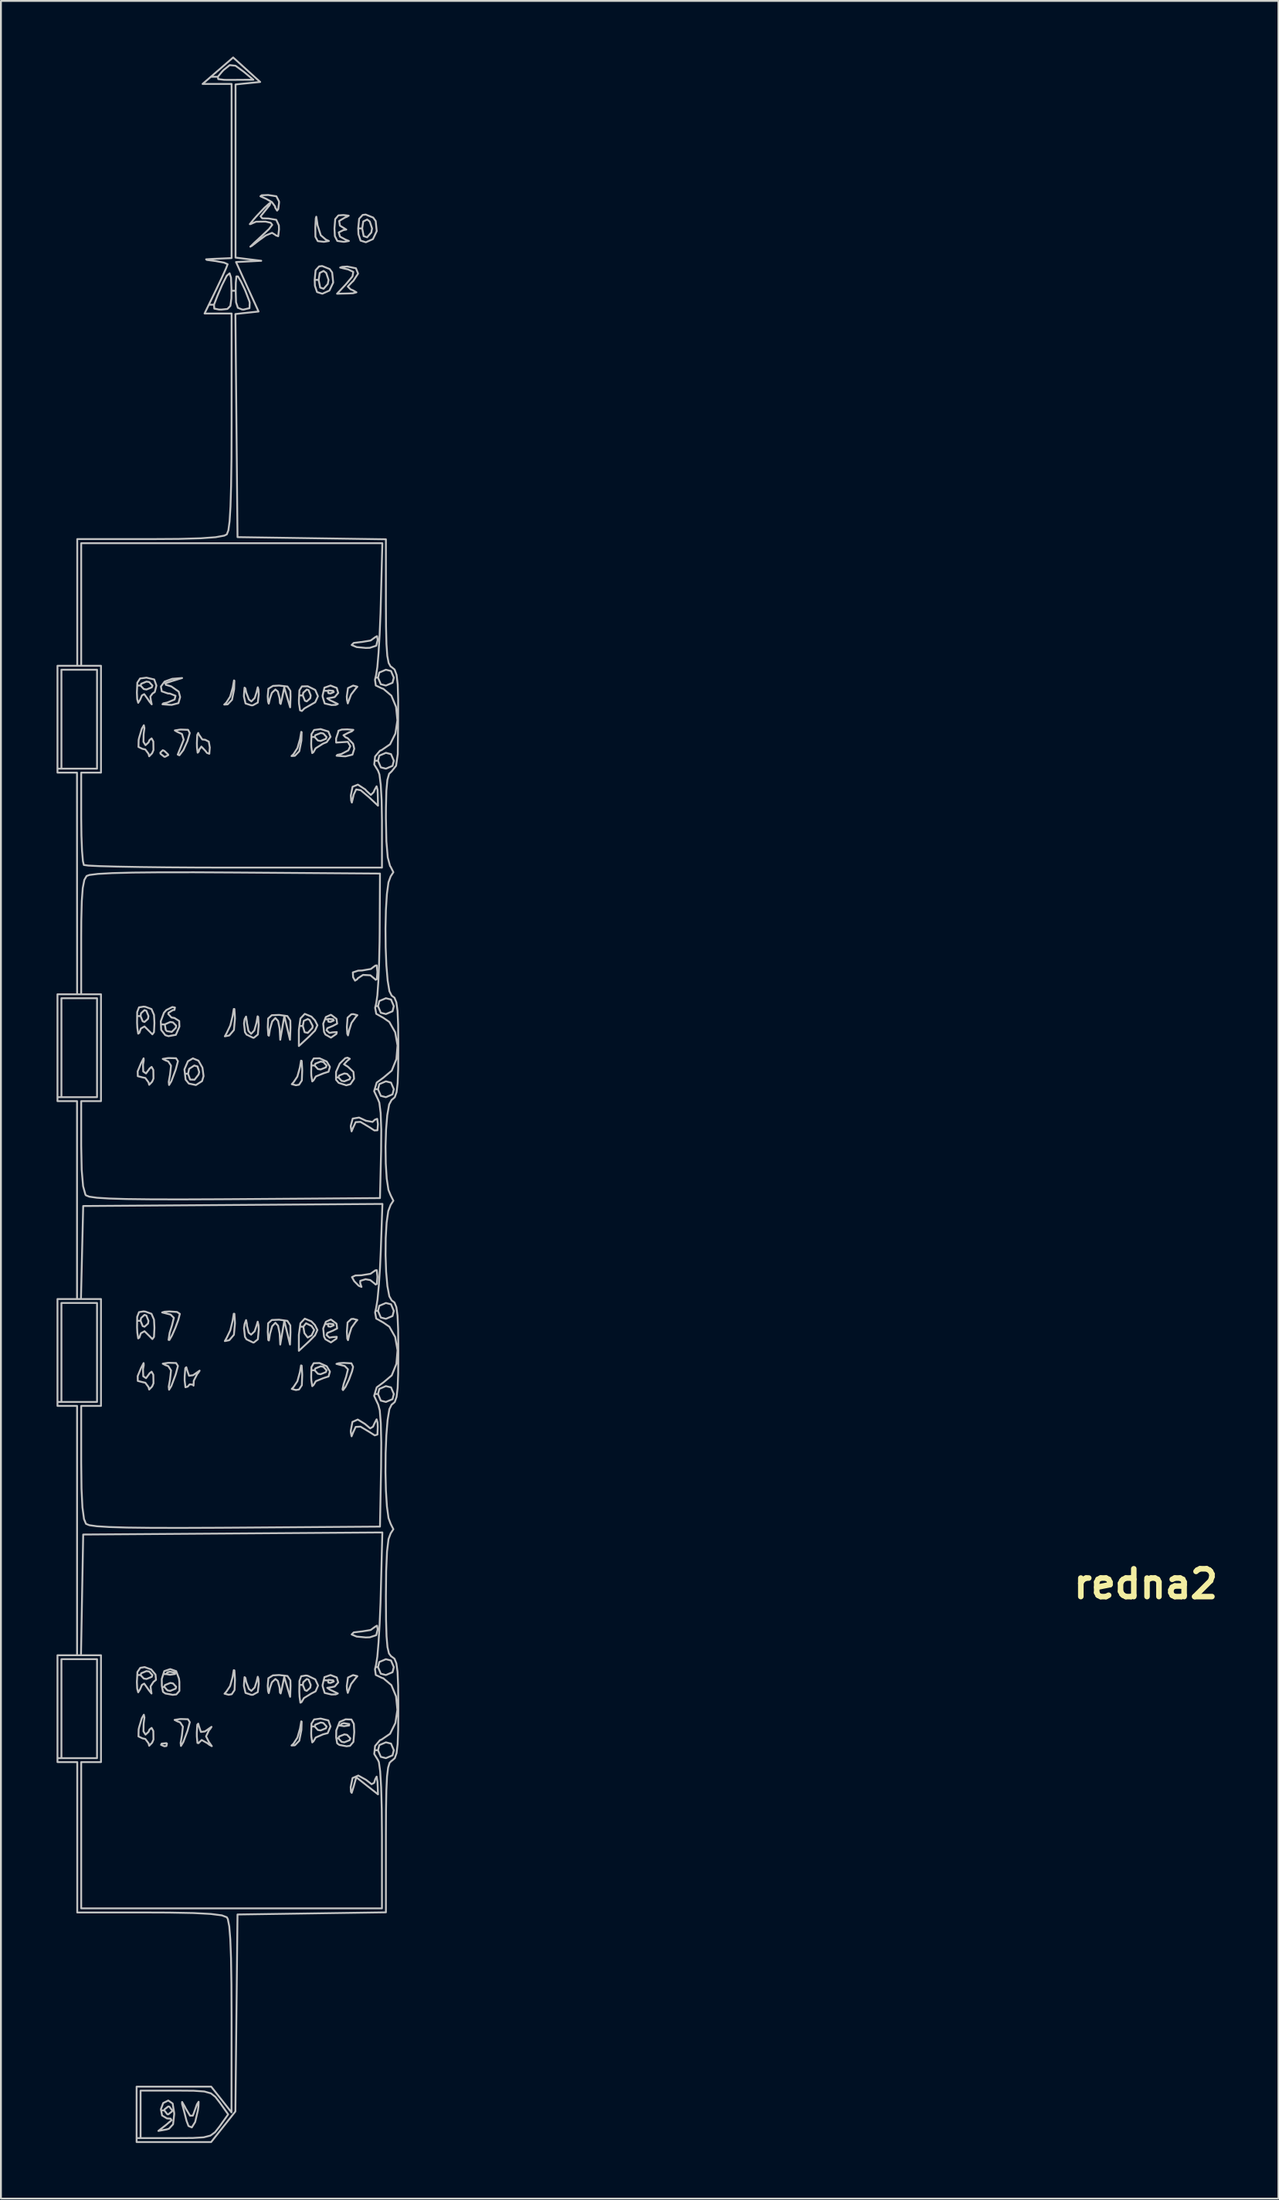
<source format=kicad_pcb>
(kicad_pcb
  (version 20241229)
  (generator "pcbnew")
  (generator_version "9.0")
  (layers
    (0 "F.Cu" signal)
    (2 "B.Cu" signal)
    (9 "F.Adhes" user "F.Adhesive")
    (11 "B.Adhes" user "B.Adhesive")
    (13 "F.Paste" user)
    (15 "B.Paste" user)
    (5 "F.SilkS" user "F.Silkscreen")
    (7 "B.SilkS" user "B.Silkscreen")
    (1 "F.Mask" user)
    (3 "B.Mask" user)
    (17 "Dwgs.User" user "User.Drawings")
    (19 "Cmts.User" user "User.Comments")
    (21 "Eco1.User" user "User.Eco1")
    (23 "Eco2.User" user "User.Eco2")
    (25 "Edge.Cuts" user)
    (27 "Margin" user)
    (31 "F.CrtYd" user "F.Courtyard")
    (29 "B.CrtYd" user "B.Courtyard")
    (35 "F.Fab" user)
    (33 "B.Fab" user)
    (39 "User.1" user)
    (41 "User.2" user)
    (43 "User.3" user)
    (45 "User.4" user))
  (footprint "redna2"
    (layer "F.Cu")
    (at 58.747 82.373)
    (property "Reference" "redna2" (at 0 0 0) (layer "F.SilkS") (effects (font (size 1.5 1.5) (thickness 0.3))))
    (attr board_only exclude_from_pos_files exclude_from_bom)
    (fp_poly (pts (xy -52.792 8.609) (xy -52.821 8.736) (xy -52.934 8.751) (xy -53.11 8.673) (xy -53.077 8.609) (xy -52.823 8.583)) (stroke (width 0.1) (type solid)) (fill no) (layer "Dwgs.User"))
    (fp_poly (pts (xy -52.934 -44.93) (xy -52.731 -44.738) (xy -52.721 -44.704) (xy -52.886 -44.613) (xy -52.934 -44.61) (xy -53.14 -44.774) (xy -53.148 -44.836) (xy -53.017 -44.964)) (stroke (width 0.1) (type solid)) (fill no) (layer "Dwgs.User"))
    (fp_poly (pts (xy -49.155 -48.714) (xy -49.168 -48.288) (xy -49.169 -48.255) (xy -49.283 -47.685) (xy -49.519 -47.438) (xy -49.702 -47.426) (xy -49.592 -47.529) (xy -49.382 -47.853) (xy -49.242 -48.346) (xy -49.176 -48.729)) (stroke (width 0.1) (type solid)) (fill no) (layer "Dwgs.User"))
    (fp_poly (pts (xy -45.526 -45.939) (xy -45.539 -45.514) (xy -45.541 -45.48) (xy -45.654 -44.911) (xy -45.891 -44.664) (xy -46.073 -44.651) (xy -45.963 -44.755) (xy -45.754 -45.079) (xy -45.613 -45.571) (xy -45.547 -45.954)) (stroke (width 0.1) (type solid)) (fill no) (layer "Dwgs.User"))
    (fp_poly (pts (xy -45.526 7.422) (xy -45.539 7.848) (xy -45.541 7.881) (xy -45.654 8.451) (xy -45.891 8.698) (xy -46.073 8.71) (xy -45.963 8.607) (xy -45.754 8.283) (xy -45.613 7.79) (xy -45.547 7.408)) (stroke (width 0.1) (type solid)) (fill no) (layer "Dwgs.User"))
    (fp_poly (pts (xy -42.742 -48.449) (xy -42.523 -48.39) (xy -42.611 -48.289) (xy -42.861 -47.965) (xy -42.96 -47.705) (xy -43.038 -47.489) (xy -43.08 -47.672) (xy -43.091 -47.865) (xy -43.027 -48.315) (xy -42.752 -48.449)) (stroke (width 0.1) (type solid)) (fill no) (layer "Dwgs.User"))
    (fp_poly (pts (xy -42.742 4.913) (xy -42.523 4.972) (xy -42.611 5.073) (xy -42.861 5.396) (xy -42.96 5.656) (xy -43.038 5.872) (xy -43.08 5.69) (xy -43.091 5.496) (xy -43.027 5.046) (xy -42.752 4.912)) (stroke (width 0.1) (type solid)) (fill no) (layer "Dwgs.User"))
    (fp_poly (pts (xy -42.522 -30.675) (xy -42.614 -30.573) (xy -42.839 -30.258) (xy -42.959 -29.882) (xy -43.027 -29.585) (xy -43.065 -29.672) (xy -43.087 -30.042) (xy -43.05 -30.54) (xy -42.849 -30.724) (xy -42.742 -30.733)) (stroke (width 0.1) (type solid)) (fill no) (layer "Dwgs.User"))
    (fp_poly (pts (xy -42.522 -14.24) (xy -42.614 -14.137) (xy -42.839 -13.822) (xy -42.959 -13.447) (xy -43.027 -13.15) (xy -43.065 -13.237) (xy -43.087 -13.607) (xy -43.05 -14.105) (xy -42.849 -14.289) (xy -42.742 -14.298)) (stroke (width 0.1) (type solid)) (fill no) (layer "Dwgs.User"))
    (fp_poly (pts (xy -49.154 4.658) (xy -49.129 5.07) (xy -49.124 5.176) (xy -49.146 5.718) (xy -49.298 5.945) (xy -49.466 5.973) (xy -49.687 5.916) (xy -49.592 5.812) (xy -49.385 5.504) (xy -49.25 5.015) (xy -49.189 4.647)) (stroke (width 0.1) (type solid)) (fill no) (layer "Dwgs.User"))
    (fp_poly (pts (xy -49.154 -31.008) (xy -49.129 -30.604) (xy -49.124 -30.492) (xy -49.18 -29.876) (xy -49.428 -29.586) (xy -49.443 -29.58) (xy -49.67 -29.535) (xy -49.568 -29.717) (xy -49.375 -30.119) (xy -49.25 -30.629) (xy -49.188 -31.01)) (stroke (width 0.1) (type solid)) (fill no) (layer "Dwgs.User"))
    (fp_poly (pts (xy -49.154 -14.573) (xy -49.129 -14.169) (xy -49.124 -14.057) (xy -49.18 -13.441) (xy -49.428 -13.151) (xy -49.443 -13.145) (xy -49.67 -13.1) (xy -49.568 -13.282) (xy -49.375 -13.683) (xy -49.25 -14.194) (xy -49.188 -14.575)) (stroke (width 0.1) (type solid)) (fill no) (layer "Dwgs.User"))
    (fp_poly (pts (xy -45.525 -28.213) (xy -45.5 -27.8) (xy -45.496 -27.695) (xy -45.517 -27.152) (xy -45.669 -26.925) (xy -45.837 -26.897) (xy -46.058 -26.955) (xy -45.963 -27.058) (xy -45.757 -27.367) (xy -45.622 -27.855) (xy -45.56 -28.224)) (stroke (width 0.1) (type solid)) (fill no) (layer "Dwgs.User"))
    (fp_poly (pts (xy -45.525 -11.777) (xy -45.5 -11.365) (xy -45.496 -11.259) (xy -45.517 -10.717) (xy -45.669 -10.49) (xy -45.837 -10.462) (xy -46.058 -10.519) (xy -45.963 -10.623) (xy -45.757 -10.931) (xy -45.622 -11.42) (xy -45.56 -11.788)) (stroke (width 0.1) (type solid)) (fill no) (layer "Dwgs.User"))
    (fp_poly (pts (xy -46.89 -74.838) (xy -46.747 -74.558) (xy -46.745 -74.492) (xy -46.789 -74.145) (xy -46.851 -74.066) (xy -46.955 -74.231) (xy -46.958 -74.286) (xy -47.133 -74.526) (xy -47.438 -74.699) (xy -47.75 -74.838) (xy -47.681 -74.892) (xy -47.332 -74.906)) (stroke (width 0.1) (type solid)) (fill no) (layer "Dwgs.User"))
    (fp_poly (pts (xy -44.689 -73.431) (xy -44.67 -73.278) (xy -44.496 -72.736) (xy -44.224 -72.503) (xy -44.058 -72.426) (xy -44.306 -72.385) (xy -44.343 -72.383) (xy -44.657 -72.42) (xy -44.783 -72.653) (xy -44.789 -73.158) (xy -44.764 -73.652) (xy -44.737 -73.737)) (stroke (width 0.1) (type solid)) (fill no) (layer "Dwgs.User"))
    (fp_poly (pts (xy -41.425 -50.907) (xy -41.505 -50.6) (xy -41.85 -50.487) (xy -42.069 -50.48) (xy -42.562 -50.526) (xy -42.828 -50.638) (xy -42.829 -50.64) (xy -42.718 -50.751) (xy -42.313 -50.8) (xy -42.293 -50.8) (xy -41.806 -50.881) (xy -41.55 -51.067) (xy -41.46 -51.115)) (stroke (width 0.1) (type solid)) (fill no) (layer "Dwgs.User"))
    (fp_poly (pts (xy -41.425 2.455) (xy -41.505 2.761) (xy -41.85 2.874) (xy -42.069 2.882) (xy -42.562 2.835) (xy -42.828 2.723) (xy -42.829 2.721) (xy -42.718 2.61) (xy -42.313 2.561) (xy -42.293 2.561) (xy -41.806 2.481) (xy -41.55 2.295) (xy -41.46 2.247)) (stroke (width 0.1) (type solid)) (fill no) (layer "Dwgs.User"))
    (fp_poly (pts (xy -52.301 -28.353) (xy -52.199 -28.194) (xy -52.312 -27.769) (xy -52.337 -27.695) (xy -52.551 -27.121) (xy -52.677 -26.911) (xy -52.695 -27.079) (xy -52.626 -27.463) (xy -52.572 -27.954) (xy -52.721 -28.184) (xy -52.868 -28.239) (xy -53.019 -28.316) (xy -52.746 -28.36) (xy -52.679 -28.363)) (stroke (width 0.1) (type solid)) (fill no) (layer "Dwgs.User"))
    (fp_poly (pts (xy -52.301 -11.917) (xy -52.199 -11.759) (xy -52.312 -11.333) (xy -52.337 -11.259) (xy -52.551 -10.686) (xy -52.677 -10.476) (xy -52.695 -10.644) (xy -52.626 -11.028) (xy -52.572 -11.519) (xy -52.721 -11.749) (xy -52.868 -11.803) (xy -53.019 -11.881) (xy -52.746 -11.925) (xy -52.679 -11.928)) (stroke (width 0.1) (type solid)) (fill no) (layer "Dwgs.User"))
    (fp_poly (pts (xy -51.661 7.293) (xy -51.559 7.451) (xy -51.672 7.877) (xy -51.697 7.951) (xy -51.911 8.524) (xy -52.036 8.734) (xy -52.054 8.566) (xy -51.986 8.182) (xy -51.931 7.691) (xy -52.081 7.461) (xy -52.228 7.407) (xy -52.379 7.329) (xy -52.105 7.285) (xy -52.038 7.282)) (stroke (width 0.1) (type solid)) (fill no) (layer "Dwgs.User"))
    (fp_poly (pts (xy -51.653 -46.065) (xy -51.561 -45.894) (xy -51.686 -45.463) (xy -51.906 -44.973) (xy -52.122 -44.691) (xy -52.123 -44.691) (xy -52.21 -44.731) (xy -52.102 -44.997) (xy -51.889 -45.533) (xy -51.982 -45.838) (xy -52.241 -45.957) (xy -52.367 -46.033) (xy -52.083 -46.077) (xy -52.038 -46.079)) (stroke (width 0.1) (type solid)) (fill no) (layer "Dwgs.User"))
    (fp_poly (pts (xy -52.248 -14.67) (xy -52.097 -14.568) (xy -52.179 -14.245) (xy -52.339 -13.812) (xy -52.519 -13.405) (xy -52.66 -13.16) (xy -52.705 -13.166) (xy -52.646 -13.546) (xy -52.518 -13.953) (xy -52.42 -14.354) (xy -52.596 -14.531) (xy -52.785 -14.578) (xy -53.051 -14.645) (xy -52.922 -14.683) (xy -52.668 -14.699)) (stroke (width 0.1) (type solid)) (fill no) (layer "Dwgs.User"))
    (fp_poly (pts (xy -42.845 -11.902) (xy -42.751 -11.711) (xy -42.807 -11.473) (xy -42.978 -11.01) (xy -43.162 -10.63) (xy -43.295 -10.457) (xy -43.323 -10.498) (xy -43.259 -10.789) (xy -43.126 -11.179) (xy -43.028 -11.579) (xy -43.204 -11.757) (xy -43.393 -11.804) (xy -43.65 -11.87) (xy -43.513 -11.908) (xy -43.262 -11.924)) (stroke (width 0.1) (type solid)) (fill no) (layer "Dwgs.User"))
    (fp_poly (pts (xy -51.095 28.188) (xy -51.122 28.382) (xy -51.27 29.013) (xy -51.451 29.306) (xy -51.63 29.229) (xy -51.733 28.957) (xy -51.882 28.379) (xy -51.976 28.035) (xy -51.975 27.933) (xy -51.834 28.174) (xy -51.781 28.282) (xy -51.547 28.673) (xy -51.398 28.671) (xy -51.368 28.602) (xy -51.173 28.059) (xy -51.084 27.923)) (stroke (width 0.1) (type solid)) (fill no) (layer "Dwgs.User"))
    (fp_poly (pts (xy -51.077 -45.822) (xy -50.886 -45.543) (xy -50.728 -45.528) (xy -50.535 -45.428) (xy -50.48 -45.113) (xy -50.507 -44.774) (xy -50.631 -44.818) (xy -50.728 -44.942) (xy -50.935 -45.162) (xy -51.048 -44.999) (xy -51.077 -44.892) (xy -51.137 -44.831) (xy -51.173 -45.13) (xy -51.177 -45.357) (xy -51.157 -45.792) (xy -51.105 -45.897)) (stroke (width 0.1) (type solid)) (fill no) (layer "Dwgs.User"))
    (fp_poly (pts (xy -47.858 -48.248) (xy -47.841 -47.972) (xy -47.893 -47.533) (xy -48.158 -47.388) (xy -48.239 -47.385) (xy -48.553 -47.486) (xy -48.64 -47.861) (xy -48.636 -47.972) (xy -48.607 -48.338) (xy -48.562 -48.298) (xy -48.515 -48.079) (xy -48.374 -47.704) (xy -48.239 -47.598) (xy -48.06 -47.779) (xy -47.962 -48.079) (xy -47.895 -48.36)) (stroke (width 0.1) (type solid)) (fill no) (layer "Dwgs.User"))
    (fp_poly (pts (xy -47.858 5.114) (xy -47.841 5.389) (xy -47.893 5.829) (xy -48.158 5.973) (xy -48.239 5.976) (xy -48.553 5.875) (xy -48.64 5.5) (xy -48.636 5.389) (xy -48.607 5.023) (xy -48.562 5.063) (xy -48.515 5.283) (xy -48.374 5.657) (xy -48.239 5.763) (xy -48.06 5.582) (xy -47.962 5.283) (xy -47.895 5.001)) (stroke (width 0.1) (type solid)) (fill no) (layer "Dwgs.User"))
    (fp_poly (pts (xy -42.054 -24.981) (xy -41.702 -24.919) (xy -41.577 -25.038) (xy -41.452 -25.086) (xy -41.412 -24.801) (xy -41.439 -24.467) (xy -41.604 -24.459) (xy -41.883 -24.641) (xy -42.354 -24.922) (xy -42.613 -24.907) (xy -42.755 -24.6) (xy -42.833 -24.41) (xy -42.873 -24.627) (xy -42.878 -24.706) (xy -42.773 -25.099) (xy -42.428 -25.155)) (stroke (width 0.1) (type solid)) (fill no) (layer "Dwgs.User"))
    (fp_poly (pts (xy -42.054 10.561) (xy -41.754 10.796) (xy -41.618 10.722) (xy -41.559 10.528) (xy -41.482 10.387) (xy -41.437 10.665) (xy -41.433 10.741) (xy -41.408 11.344) (xy -41.994 10.883) (xy -42.58 10.422) (xy -42.72 10.921) (xy -42.826 11.265) (xy -42.867 11.206) (xy -42.881 10.952) (xy -42.781 10.464) (xy -42.472 10.33)) (stroke (width 0.1) (type solid)) (fill no) (layer "Dwgs.User"))
    (fp_poly (pts (xy -48.484 -14.042) (xy -48.477 -13.927) (xy -48.382 -13.552) (xy -48.254 -13.447) (xy -48.064 -13.628) (xy -47.962 -13.927) (xy -47.897 -14.147) (xy -47.855 -13.96) (xy -47.841 -13.714) (xy -47.889 -13.197) (xy -48.108 -13.021) (xy -48.139 -13.02) (xy -48.498 -13.192) (xy -48.584 -13.328) (xy -48.635 -13.795) (xy -48.602 -14.022) (xy -48.524 -14.233)) (stroke (width 0.1) (type solid)) (fill no) (layer "Dwgs.User"))
    (fp_poly (pts (xy -47.87 -30.585) (xy -47.844 -30.149) (xy -47.889 -29.634) (xy -48.106 -29.457) (xy -48.139 -29.455) (xy -48.498 -29.628) (xy -48.584 -29.763) (xy -48.635 -30.23) (xy -48.602 -30.457) (xy -48.525 -30.6) (xy -48.48 -30.323) (xy -48.477 -30.256) (xy -48.396 -29.829) (xy -48.253 -29.669) (xy -48.08 -29.853) (xy -47.965 -30.256) (xy -47.903 -30.615)) (stroke (width 0.1) (type solid)) (fill no) (layer "Dwgs.User"))
    (fp_poly (pts (xy -41.442 -33.028) (xy -41.442 -32.977) (xy -41.471 -32.614) (xy -41.541 -32.584) (xy -41.55 -32.604) (xy -41.821 -32.827) (xy -42.217 -32.847) (xy -42.506 -32.659) (xy -42.525 -32.615) (xy -42.647 -32.538) (xy -42.75 -32.721) (xy -42.766 -32.982) (xy -42.479 -33.078) (xy -42.273 -33.084) (xy -41.795 -33.167) (xy -41.55 -33.351) (xy -41.477 -33.361)) (stroke (width 0.1) (type solid)) (fill no) (layer "Dwgs.User"))
    (fp_poly (pts (xy -54.044 -28.237) (xy -54.084 -28.015) (xy -54.071 -27.638) (xy -53.921 -27.534) (xy -53.744 -27.773) (xy -53.738 -27.79) (xy -53.62 -27.886) (xy -53.527 -27.718) (xy -53.519 -27.258) (xy -53.591 -27.088) (xy -53.75 -26.921) (xy -53.785 -27.054) (xy -53.96 -27.291) (xy -54.108 -27.321) (xy -54.365 -27.387) (xy -54.37 -27.648) (xy -54.196 -28.068) (xy -54.051 -28.349)) (stroke (width 0.1) (type solid)) (fill no) (layer "Dwgs.User"))
    (fp_poly (pts (xy -54.044 -11.801) (xy -54.084 -11.579) (xy -54.071 -11.203) (xy -53.921 -11.099) (xy -53.744 -11.338) (xy -53.738 -11.355) (xy -53.62 -11.45) (xy -53.527 -11.282) (xy -53.519 -10.823) (xy -53.591 -10.653) (xy -53.75 -10.486) (xy -53.785 -10.619) (xy -53.96 -10.855) (xy -54.108 -10.886) (xy -54.365 -10.952) (xy -54.37 -11.212) (xy -54.196 -11.633) (xy -54.051 -11.914)) (stroke (width 0.1) (type solid)) (fill no) (layer "Dwgs.User"))
    (fp_poly (pts (xy -51.715 -11.567) (xy -51.6 -11.23) (xy -51.383 -11.26) (xy -51.264 -11.343) (xy -51.03 -11.505) (xy -51.1 -11.395) (xy -51.157 -11.33) (xy -51.346 -10.962) (xy -51.352 -10.806) (xy -51.359 -10.696) (xy -51.394 -10.75) (xy -51.566 -10.767) (xy -51.676 -10.643) (xy -51.794 -10.61) (xy -51.838 -10.984) (xy -51.835 -11.206) (xy -51.802 -11.64) (xy -51.747 -11.69)) (stroke (width 0.1) (type solid)) (fill no) (layer "Dwgs.User"))
    (fp_poly (pts (xy -41.442 -16.593) (xy -41.442 -16.542) (xy -41.471 -16.179) (xy -41.541 -16.149) (xy -41.55 -16.168) (xy -41.827 -16.39) (xy -42.079 -16.435) (xy -42.363 -16.35) (xy -42.369 -16.222) (xy -42.298 -16.021) (xy -42.448 -16.083) (xy -42.689 -16.329) (xy -42.813 -16.551) (xy -42.625 -16.638) (xy -42.306 -16.649) (xy -41.815 -16.728) (xy -41.55 -16.916) (xy -41.477 -16.925)) (stroke (width 0.1) (type solid)) (fill no) (layer "Dwgs.User"))
    (fp_poly (pts (xy -41.434 -8.709) (xy -41.423 -8.472) (xy -41.438 -8.062) (xy -41.585 -8.015) (xy -41.883 -8.206) (xy -42.354 -8.487) (xy -42.613 -8.471) (xy -42.755 -8.164) (xy -42.833 -7.966) (xy -42.873 -8.174) (xy -42.878 -8.258) (xy -42.788 -8.74) (xy -42.5 -8.869) (xy -42.112 -8.632) (xy -41.83 -8.393) (xy -41.677 -8.484) (xy -41.595 -8.672) (xy -41.484 -8.88)) (stroke (width 0.1) (type solid)) (fill no) (layer "Dwgs.User"))
    (fp_poly (pts (xy -54.007 -46.155) (xy -54.05 -45.837) (xy -54.059 -45.413) (xy -53.947 -45.238) (xy -53.785 -45.389) (xy -53.738 -45.506) (xy -53.62 -45.602) (xy -53.527 -45.434) (xy -53.519 -44.974) (xy -53.591 -44.804) (xy -53.75 -44.637) (xy -53.785 -44.77) (xy -53.96 -45.006) (xy -54.112 -45.037) (xy -54.328 -45.142) (xy -54.319 -45.52) (xy -54.296 -45.624) (xy -54.148 -46.122) (xy -54.038 -46.311)) (stroke (width 0.1) (type solid)) (fill no) (layer "Dwgs.User"))
    (fp_poly (pts (xy -54.007 7.206) (xy -54.05 7.524) (xy -54.059 7.948) (xy -53.947 8.123) (xy -53.785 7.972) (xy -53.738 7.855) (xy -53.62 7.76) (xy -53.527 7.928) (xy -53.519 8.387) (xy -53.591 8.557) (xy -53.75 8.724) (xy -53.785 8.591) (xy -53.96 8.356) (xy -54.112 8.324) (xy -54.328 8.219) (xy -54.319 7.841) (xy -54.296 7.737) (xy -54.148 7.239) (xy -54.038 7.05)) (stroke (width 0.1) (type solid)) (fill no) (layer "Dwgs.User"))
    (fp_poly (pts (xy -45.002 -14.164) (xy -44.813 -13.968) (xy -44.676 -13.696) (xy -44.807 -13.409) (xy -45.107 -13.105) (xy -45.677 -12.576) (xy -45.677 -13.438) (xy -45.618 -13.876) (xy -45.435 -13.876) (xy -45.377 -13.527) (xy -45.201 -13.291) (xy -44.987 -13.411) (xy -44.85 -13.703) (xy -44.991 -13.913) (xy -45.289 -14.061) (xy -45.435 -13.876) (xy -45.618 -13.876) (xy -45.592 -14.062) (xy -45.358 -14.31)) (stroke (width 0.1) (type solid)) (fill no) (layer "Dwgs.User"))
    (fp_poly (pts (xy -42.598 -70.955) (xy -42.483 -70.669) (xy -42.742 -70.272) (xy -42.816 -70.206) (xy -43.038 -69.969) (xy -42.89 -69.821) (xy -42.763 -69.768) (xy -42.571 -69.659) (xy -42.76 -69.608) (xy -42.993 -69.598) (xy -43.617 -69.583) (xy -43.153 -70.077) (xy -42.785 -70.516) (xy -42.74 -70.76) (xy -43.022 -70.895) (xy -43.169 -70.927) (xy -43.451 -70.994) (xy -43.339 -71.031) (xy -43.063 -71.048)) (stroke (width 0.1) (type solid)) (fill no) (layer "Dwgs.User"))
    (fp_poly (pts (xy -42.097 -42.85) (xy -42.032 -42.775) (xy -41.794 -42.553) (xy -41.646 -42.701) (xy -41.594 -42.828) (xy -41.484 -43.02) (xy -41.433 -42.831) (xy -41.423 -42.599) (xy -41.408 -41.974) (xy -41.902 -42.438) (xy -42.341 -42.807) (xy -42.586 -42.851) (xy -42.72 -42.57) (xy -42.752 -42.422) (xy -42.819 -42.141) (xy -42.856 -42.253) (xy -42.873 -42.529) (xy -42.78 -42.994) (xy -42.494 -43.109)) (stroke (width 0.1) (type solid)) (fill no) (layer "Dwgs.User"))
    (fp_poly (pts (xy -51.075 7.643) (xy -50.96 7.98) (xy -50.742 7.95) (xy -50.623 7.867) (xy -50.389 7.704) (xy -50.461 7.815) (xy -50.528 7.892) (xy -50.682 8.217) (xy -50.528 8.522) (xy -50.372 8.744) (xy -50.508 8.668) (xy -50.619 8.582) (xy -50.918 8.413) (xy -51.074 8.561) (xy -51.083 8.582) (xy -51.147 8.573) (xy -51.18 8.223) (xy -51.181 8.004) (xy -51.155 7.587) (xy -51.104 7.531)) (stroke (width 0.1) (type solid)) (fill no) (layer "Dwgs.User"))
    (fp_poly (pts (xy -46.298 -30.627) (xy -46.138 -30.384) (xy -46.129 -30.01) (xy -46.155 -29.349) (xy -46.308 -29.989) (xy -46.461 -30.629) (xy -46.571 -29.989) (xy -46.681 -29.349) (xy -46.713 -29.936) (xy -46.798 -30.362) (xy -46.944 -30.523) (xy -47.116 -30.338) (xy -47.232 -29.936) (xy -47.294 -29.569) (xy -47.327 -29.593) (xy -47.353 -30.027) (xy -47.353 -30.028) (xy -47.334 -30.497) (xy -47.137 -30.673) (xy -46.745 -30.689)) (stroke (width 0.1) (type solid)) (fill no) (layer "Dwgs.User"))
    (fp_poly (pts (xy -46.298 -14.192) (xy -46.138 -13.949) (xy -46.129 -13.575) (xy -46.155 -12.913) (xy -46.308 -13.554) (xy -46.461 -14.194) (xy -46.571 -13.554) (xy -46.681 -12.913) (xy -46.713 -13.5) (xy -46.798 -13.927) (xy -46.944 -14.087) (xy -47.116 -13.903) (xy -47.232 -13.5) (xy -47.294 -13.133) (xy -47.327 -13.158) (xy -47.353 -13.591) (xy -47.353 -13.593) (xy -47.334 -14.061) (xy -47.137 -14.237) (xy -46.745 -14.254)) (stroke (width 0.1) (type solid)) (fill no) (layer "Dwgs.User"))
    (fp_poly (pts (xy -46.293 -48.4) (xy -46.134 -48.163) (xy -46.125 -47.865) (xy -46.147 -47.278) (xy -46.306 -47.812) (xy -46.466 -48.345) (xy -46.576 -47.812) (xy -46.658 -47.458) (xy -46.697 -47.509) (xy -46.715 -47.758) (xy -46.813 -48.134) (xy -46.943 -48.239) (xy -47.133 -48.058) (xy -47.234 -47.758) (xy -47.302 -47.477) (xy -47.338 -47.589) (xy -47.356 -47.865) (xy -47.321 -48.281) (xy -47.073 -48.434) (xy -46.745 -48.452)) (stroke (width 0.1) (type solid)) (fill no) (layer "Dwgs.User"))
    (fp_poly (pts (xy -46.293 4.961) (xy -46.134 5.199) (xy -46.125 5.496) (xy -46.147 6.083) (xy -46.306 5.55) (xy -46.466 5.016) (xy -46.576 5.55) (xy -46.658 5.904) (xy -46.697 5.852) (xy -46.715 5.603) (xy -46.813 5.228) (xy -46.943 5.123) (xy -47.133 5.304) (xy -47.234 5.603) (xy -47.302 5.884) (xy -47.338 5.772) (xy -47.356 5.496) (xy -47.321 5.081) (xy -47.073 4.927) (xy -46.745 4.909)) (stroke (width 0.1) (type solid)) (fill no) (layer "Dwgs.User"))
    (fp_poly (pts (xy -45.002 -30.6) (xy -44.813 -30.403) (xy -44.676 -30.132) (xy -44.807 -29.845) (xy -45.107 -29.54) (xy -45.677 -29.011) (xy -45.677 -29.874) (xy -45.647 -30.096) (xy -45.464 -30.096) (xy -45.366 -29.757) (xy -45.197 -29.722) (xy -44.949 -29.984) (xy -44.93 -30.096) (xy -45.099 -30.416) (xy -45.197 -30.469) (xy -45.411 -30.37) (xy -45.464 -30.096) (xy -45.647 -30.096) (xy -45.592 -30.497) (xy -45.358 -30.745)) (stroke (width 0.1) (type solid)) (fill no) (layer "Dwgs.User"))
    (fp_poly (pts (xy -42.987 -73.791) (xy -43.109 -73.721) (xy -43.169 -73.705) (xy -43.503 -73.506) (xy -43.464 -73.256) (xy -43.276 -73.14) (xy -43.119 -73.043) (xy -43.276 -73.015) (xy -43.525 -72.889) (xy -43.46 -72.664) (xy -43.169 -72.505) (xy -42.979 -72.428) (xy -43.197 -72.387) (xy -43.276 -72.383) (xy -43.602 -72.429) (xy -43.735 -72.691) (xy -43.756 -73.105) (xy -43.716 -73.609) (xy -43.543 -73.808) (xy -43.276 -73.827)) (stroke (width 0.1) (type solid)) (fill no) (layer "Dwgs.User"))
    (fp_poly (pts (xy -51.093 -28.223) (xy -50.878 -27.847) (xy -50.817 -27.389) (xy -50.899 -27.12) (xy -51.23 -26.908) (xy -51.613 -26.989) (xy -51.785 -27.202) (xy -51.822 -27.517) (xy -51.654 -27.517) (xy -51.541 -27.204) (xy -51.303 -27.196) (xy -51.089 -27.471) (xy -51.051 -27.606) (xy -51.143 -27.91) (xy -51.318 -27.961) (xy -51.595 -27.782) (xy -51.654 -27.517) (xy -51.822 -27.517) (xy -51.85 -27.752) (xy -51.66 -28.191) (xy -51.392 -28.347)) (stroke (width 0.1) (type solid)) (fill no) (layer "Dwgs.User"))
    (fp_poly (pts (xy -44.016 -70.914) (xy -43.881 -70.727) (xy -43.825 -70.186) (xy -44.029 -69.754) (xy -44.411 -69.583) (xy -44.697 -69.673) (xy -44.811 -70.014) (xy -44.824 -70.33) (xy -44.61 -70.33) (xy -44.528 -69.915) (xy -44.343 -69.85) (xy -44.117 -70.11) (xy -44.076 -70.33) (xy -44.202 -70.704) (xy -44.343 -70.811) (xy -44.551 -70.705) (xy -44.61 -70.33) (xy -44.824 -70.33) (xy -44.773 -70.849) (xy -44.583 -71.057) (xy -44.419 -71.077)) (stroke (width 0.1) (type solid)) (fill no) (layer "Dwgs.User"))
    (fp_poly (pts (xy -41.668 -73.689) (xy -41.533 -73.502) (xy -41.477 -72.961) (xy -41.682 -72.529) (xy -42.063 -72.358) (xy -42.349 -72.447) (xy -42.463 -72.789) (xy -42.476 -73.105) (xy -42.262 -73.105) (xy -42.181 -72.689) (xy -41.995 -72.625) (xy -41.769 -72.885) (xy -41.729 -73.105) (xy -41.854 -73.479) (xy -41.995 -73.585) (xy -42.203 -73.48) (xy -42.262 -73.105) (xy -42.476 -73.105) (xy -42.425 -73.624) (xy -42.235 -73.832) (xy -42.072 -73.852)) (stroke (width 0.1) (type solid)) (fill no) (layer "Dwgs.User"))
    (fp_poly (pts (xy -52.508 -48.697) (xy -52.877 -48.572) (xy -52.853 -48.492) (xy -52.561 -48.407) (xy -52.158 -48.126) (xy -52.081 -47.832) (xy -52.174 -47.504) (xy -52.531 -47.411) (xy -52.668 -47.414) (xy -53.034 -47.443) (xy -52.994 -47.489) (xy -52.774 -47.536) (xy -52.378 -47.701) (xy -52.329 -47.901) (xy -52.635 -48.021) (xy -52.737 -48.025) (xy -53.072 -48.141) (xy -53.119 -48.399) (xy -52.918 -48.668) (xy -52.507 -48.815) (xy -52.505 -48.815) (xy -51.974 -48.858)) (stroke (width 0.1) (type solid)) (fill no) (layer "Dwgs.User"))
    (fp_poly (pts (xy -44.086 -45.974) (xy -43.969 -45.687) (xy -44.175 -45.402) (xy -44.385 -45.315) (xy -44.774 -45.066) (xy -44.894 -44.855) (xy -44.957 -44.81) (xy -45.003 -45.121) (xy -45.012 -45.304) (xy -45.001 -45.677) (xy -44.824 -45.677) (xy -44.651 -45.488) (xy -44.503 -45.464) (xy -44.219 -45.579) (xy -44.183 -45.677) (xy -44.356 -45.867) (xy -44.503 -45.891) (xy -44.787 -45.776) (xy -44.824 -45.677) (xy -45.001 -45.677) (xy -44.997 -45.831) (xy -44.853 -46.056) (xy -44.503 -46.104)) (stroke (width 0.1) (type solid)) (fill no) (layer "Dwgs.User"))
    (fp_poly (pts (xy -44.085 7.357) (xy -43.97 7.684) (xy -44.122 8.043) (xy -44.381 8.111) (xy -44.767 8.278) (xy -44.89 8.484) (xy -44.955 8.543) (xy -45.003 8.243) (xy -45.012 8.058) (xy -45.001 7.684) (xy -44.824 7.684) (xy -44.651 7.873) (xy -44.503 7.897) (xy -44.219 7.782) (xy -44.183 7.684) (xy -44.356 7.495) (xy -44.503 7.471) (xy -44.787 7.586) (xy -44.824 7.684) (xy -45.001 7.684) (xy -44.997 7.531) (xy -44.853 7.305) (xy -44.503 7.257)) (stroke (width 0.1) (type solid)) (fill no) (layer "Dwgs.User"))
    (fp_poly (pts (xy -45.199 -48.414) (xy -44.795 -48.216) (xy -44.648 -47.876) (xy -44.796 -47.551) (xy -44.968 -47.453) (xy -45.377 -47.219) (xy -45.514 -47.08) (xy -45.612 -47.116) (xy -45.669 -47.483) (xy -45.674 -47.667) (xy -45.661 -47.918) (xy -45.464 -47.918) (xy -45.349 -47.634) (xy -45.25 -47.598) (xy -45.061 -47.771) (xy -45.037 -47.918) (xy -45.152 -48.203) (xy -45.25 -48.239) (xy -45.44 -48.066) (xy -45.464 -47.918) (xy -45.661 -47.918) (xy -45.647 -48.195) (xy -45.512 -48.407) (xy -45.2 -48.414)) (stroke (width 0.1) (type solid)) (fill no) (layer "Dwgs.User"))
    (fp_poly (pts (xy -45.199 4.948) (xy -44.792 5.143) (xy -44.641 5.475) (xy -44.777 5.79) (xy -45.007 5.907) (xy -45.404 6.152) (xy -45.534 6.372) (xy -45.594 6.402) (xy -45.64 6.08) (xy -45.653 5.802) (xy -45.648 5.443) (xy -45.464 5.443) (xy -45.349 5.727) (xy -45.25 5.763) (xy -45.061 5.59) (xy -45.037 5.443) (xy -45.152 5.159) (xy -45.25 5.123) (xy -45.44 5.296) (xy -45.464 5.443) (xy -45.648 5.443) (xy -45.646 5.229) (xy -45.548 4.975) (xy -45.301 4.935)) (stroke (width 0.1) (type solid)) (fill no) (layer "Dwgs.User"))
    (fp_poly (pts (xy -44.559 -28.35) (xy -44.173 -28.176) (xy -44.001 -27.888) (xy -44.077 -27.627) (xy -44.365 -27.534) (xy -44.759 -27.373) (xy -44.89 -27.161) (xy -44.955 -27.104) (xy -45.003 -27.406) (xy -45.012 -27.603) (xy -45.004 -27.961) (xy -44.824 -27.961) (xy -44.651 -27.772) (xy -44.503 -27.748) (xy -44.219 -27.863) (xy -44.183 -27.961) (xy -44.356 -28.151) (xy -44.503 -28.175) (xy -44.787 -28.06) (xy -44.824 -27.961) (xy -45.004 -27.961) (xy -45 -28.13) (xy -44.875 -28.343) (xy -44.571 -28.351)) (stroke (width 0.1) (type solid)) (fill no) (layer "Dwgs.User"))
    (fp_poly (pts (xy -44.559 -11.914) (xy -44.173 -11.741) (xy -44.001 -11.453) (xy -44.077 -11.192) (xy -44.365 -11.099) (xy -44.759 -10.937) (xy -44.89 -10.726) (xy -44.955 -10.669) (xy -45.003 -10.971) (xy -45.012 -11.167) (xy -45.004 -11.526) (xy -44.824 -11.526) (xy -44.651 -11.337) (xy -44.503 -11.313) (xy -44.219 -11.428) (xy -44.183 -11.526) (xy -44.356 -11.715) (xy -44.503 -11.739) (xy -44.787 -11.624) (xy -44.824 -11.526) (xy -45.004 -11.526) (xy -45 -11.695) (xy -44.875 -11.908) (xy -44.571 -11.916)) (stroke (width 0.1) (type solid)) (fill no) (layer "Dwgs.User"))
    (fp_poly (pts (xy -43.634 -48.322) (xy -43.554 -48.054) (xy -43.745 -47.832) (xy -43.916 -47.797) (xy -44.145 -47.762) (xy -43.991 -47.655) (xy -43.863 -47.598) (xy -43.575 -47.458) (xy -43.688 -47.41) (xy -43.916 -47.4) (xy -44.284 -47.486) (xy -44.396 -47.852) (xy -44.397 -47.918) (xy -44.337 -48.168) (xy -44.112 -48.168) (xy -44.083 -48.041) (xy -43.97 -48.025) (xy -43.794 -48.103) (xy -43.827 -48.168) (xy -44.081 -48.193) (xy -44.112 -48.168) (xy -44.337 -48.168) (xy -44.297 -48.337) (xy -43.97 -48.452)) (stroke (width 0.1) (type solid)) (fill no) (layer "Dwgs.User"))
    (fp_poly (pts (xy -43.634 5.04) (xy -43.554 5.308) (xy -43.745 5.529) (xy -43.916 5.565) (xy -44.145 5.599) (xy -43.991 5.707) (xy -43.863 5.763) (xy -43.575 5.903) (xy -43.688 5.952) (xy -43.916 5.961) (xy -44.284 5.875) (xy -44.396 5.509) (xy -44.397 5.443) (xy -44.337 5.194) (xy -44.112 5.194) (xy -44.083 5.321) (xy -43.97 5.336) (xy -43.794 5.258) (xy -43.827 5.194) (xy -44.081 5.168) (xy -44.112 5.194) (xy -44.337 5.194) (xy -44.297 5.024) (xy -43.97 4.909)) (stroke (width 0.1) (type solid)) (fill no) (layer "Dwgs.User"))
    (fp_poly (pts (xy -43.93 -30.687) (xy -43.648 -30.475) (xy -43.612 -30.219) (xy -43.845 -30.096) (xy -44.14 -29.974) (xy -44.183 -29.86) (xy -44.027 -29.719) (xy -43.852 -29.75) (xy -43.632 -29.765) (xy -43.651 -29.666) (xy -43.948 -29.464) (xy -44.245 -29.633) (xy -44.319 -29.776) (xy -44.364 -30.215) (xy -44.27 -30.452) (xy -44.112 -30.452) (xy -44.083 -30.325) (xy -43.97 -30.309) (xy -43.794 -30.387) (xy -43.827 -30.452) (xy -44.081 -30.477) (xy -44.112 -30.452) (xy -44.27 -30.452) (xy -44.221 -30.577) (xy -43.96 -30.695)) (stroke (width 0.1) (type solid)) (fill no) (layer "Dwgs.User"))
    (fp_poly (pts (xy -43.93 -14.252) (xy -43.648 -14.039) (xy -43.612 -13.784) (xy -43.845 -13.661) (xy -44.14 -13.539) (xy -44.183 -13.424) (xy -44.027 -13.284) (xy -43.852 -13.315) (xy -43.632 -13.33) (xy -43.651 -13.231) (xy -43.948 -13.028) (xy -44.245 -13.198) (xy -44.319 -13.34) (xy -44.364 -13.78) (xy -44.27 -14.016) (xy -44.112 -14.016) (xy -44.083 -13.889) (xy -43.97 -13.874) (xy -43.794 -13.952) (xy -43.827 -14.016) (xy -44.081 -14.042) (xy -44.112 -14.016) (xy -44.27 -14.016) (xy -44.221 -14.141) (xy -43.96 -14.26)) (stroke (width 0.1) (type solid)) (fill no) (layer "Dwgs.User"))
    (fp_poly (pts (xy -42.929 -28.324) (xy -43.081 -28.201) (xy -43.241 -28.026) (xy -43.027 -27.891) (xy -42.735 -27.618) (xy -42.698 -27.245) (xy -42.898 -26.954) (xy -43.123 -26.894) (xy -43.53 -27.026) (xy -43.673 -27.198) (xy -43.672 -27.321) (xy -43.543 -27.321) (xy -43.37 -27.132) (xy -43.223 -27.108) (xy -42.939 -27.223) (xy -42.903 -27.321) (xy -43.075 -27.51) (xy -43.223 -27.534) (xy -43.507 -27.419) (xy -43.543 -27.321) (xy -43.672 -27.321) (xy -43.671 -27.616) (xy -43.472 -28.066) (xy -43.175 -28.356) (xy -43.055 -28.385)) (stroke (width 0.1) (type solid)) (fill no) (layer "Dwgs.User"))
    (fp_poly (pts (xy -42.738 -46.063) (xy -42.821 -45.984) (xy -42.994 -45.913) (xy -43.271 -45.773) (xy -43.158 -45.66) (xy -43.047 -45.615) (xy -42.752 -45.312) (xy -42.689 -45.044) (xy -42.788 -44.725) (xy -43.157 -44.636) (xy -43.276 -44.639) (xy -43.642 -44.668) (xy -43.602 -44.714) (xy -43.383 -44.761) (xy -43.007 -44.958) (xy -42.903 -45.183) (xy -43.037 -45.418) (xy -43.346 -45.398) (xy -43.665 -45.377) (xy -43.668 -45.598) (xy -43.666 -45.604) (xy -43.557 -45.936) (xy -43.543 -46.015) (xy -43.362 -46.079) (xy -43.063 -46.089)) (stroke (width 0.1) (type solid)) (fill no) (layer "Dwgs.User"))
    (fp_poly (pts (xy -52.484 28.017) (xy -52.401 28.536) (xy -52.401 28.599) (xy -52.462 29.137) (xy -52.686 29.379) (xy -52.828 29.418) (xy -53.255 29.494) (xy -52.828 29.161) (xy -52.544 28.917) (xy -52.597 28.833) (xy -52.789 28.822) (xy -53.054 28.662) (xy -53.106 28.388) (xy -52.934 28.388) (xy -52.772 28.595) (xy -52.721 28.602) (xy -52.514 28.439) (xy -52.508 28.388) (xy -52.67 28.181) (xy -52.721 28.175) (xy -52.928 28.337) (xy -52.934 28.388) (xy -53.106 28.388) (xy -53.118 28.322) (xy -52.994 27.991) (xy -52.721 27.855)) (stroke (width 0.1) (type solid)) (fill no) (layer "Dwgs.User"))
    (fp_poly (pts (xy -53.948 -31.125) (xy -53.626 -31.006) (xy -53.49 -30.689) (xy -53.468 -30.252) (xy -53.491 -29.761) (xy -53.578 -29.643) (xy -53.705 -29.772) (xy -54.002 -30.067) (xy -54.198 -29.957) (xy -54.281 -29.722) (xy -54.343 -29.679) (xy -54.39 -29.991) (xy -54.404 -30.271) (xy -54.4 -30.629) (xy -54.215 -30.629) (xy -54.1 -30.345) (xy -54.002 -30.309) (xy -53.812 -30.482) (xy -53.788 -30.629) (xy -53.903 -30.913) (xy -54.002 -30.95) (xy -54.191 -30.777) (xy -54.215 -30.629) (xy -54.4 -30.629) (xy -54.397 -30.843) (xy -54.299 -31.097) (xy -54.053 -31.137)) (stroke (width 0.1) (type solid)) (fill no) (layer "Dwgs.User"))
    (fp_poly (pts (xy -53.948 -14.689) (xy -53.626 -14.571) (xy -53.49 -14.253) (xy -53.468 -13.817) (xy -53.491 -13.326) (xy -53.578 -13.208) (xy -53.705 -13.337) (xy -54.002 -13.632) (xy -54.198 -13.522) (xy -54.281 -13.287) (xy -54.343 -13.244) (xy -54.39 -13.556) (xy -54.404 -13.835) (xy -54.4 -14.194) (xy -54.215 -14.194) (xy -54.1 -13.91) (xy -54.002 -13.874) (xy -53.812 -14.047) (xy -53.788 -14.194) (xy -53.903 -14.478) (xy -54.002 -14.514) (xy -54.191 -14.341) (xy -54.215 -14.194) (xy -54.4 -14.194) (xy -54.397 -14.408) (xy -54.299 -14.661) (xy -54.053 -14.702)) (stroke (width 0.1) (type solid)) (fill no) (layer "Dwgs.User"))
    (fp_poly (pts (xy -52.36 -31.087) (xy -52.386 -30.96) (xy -52.472 -30.95) (xy -52.707 -30.807) (xy -52.721 -30.736) (xy -52.547 -30.549) (xy -52.386 -30.523) (xy -52.131 -30.361) (xy -52.119 -30.059) (xy -52.312 -29.615) (xy -52.711 -29.544) (xy -52.881 -29.598) (xy -53.103 -29.882) (xy -53.117 -30.178) (xy -52.909 -30.178) (xy -52.856 -29.883) (xy -52.798 -29.817) (xy -52.532 -29.774) (xy -52.316 -29.99) (xy -52.294 -30.108) (xy -52.467 -30.287) (xy -52.614 -30.309) (xy -52.909 -30.178) (xy -53.117 -30.178) (xy -53.125 -30.348) (xy -52.955 -30.806) (xy -52.823 -30.954) (xy -52.498 -31.116)) (stroke (width 0.1) (type solid)) (fill no) (layer "Dwgs.User"))
    (fp_poly (pts (xy -53.642 4.608) (xy -53.409 4.885) (xy -53.384 5.167) (xy -53.524 5.284) (xy -53.675 5.52) (xy -53.653 5.723) (xy -53.625 5.905) (xy -53.777 5.714) (xy -53.807 5.666) (xy -54.018 5.373) (xy -54.141 5.441) (xy -54.235 5.666) (xy -54.343 5.841) (xy -54.398 5.64) (xy -54.414 5.283) (xy -54.393 4.909) (xy -54.215 4.909) (xy -54.042 5.099) (xy -53.895 5.123) (xy -53.611 5.007) (xy -53.575 4.909) (xy -53.748 4.72) (xy -53.895 4.696) (xy -54.179 4.811) (xy -54.215 4.909) (xy -54.393 4.909) (xy -54.385 4.748) (xy -54.231 4.521) (xy -53.995 4.482)) (stroke (width 0.1) (type solid)) (fill no) (layer "Dwgs.User"))
    (fp_poly (pts (xy -53.477 -48.779) (xy -53.361 -48.452) (xy -53.448 -48.105) (xy -53.568 -48.025) (xy -53.688 -47.861) (xy -53.659 -47.652) (xy -53.614 -47.44) (xy -53.74 -47.592) (xy -53.807 -47.696) (xy -54.018 -47.989) (xy -54.141 -47.92) (xy -54.235 -47.696) (xy -54.343 -47.521) (xy -54.398 -47.721) (xy -54.414 -48.079) (xy -54.397 -48.452) (xy -54.215 -48.452) (xy -54.042 -48.263) (xy -53.895 -48.239) (xy -53.611 -48.354) (xy -53.575 -48.452) (xy -53.748 -48.641) (xy -53.895 -48.666) (xy -54.179 -48.55) (xy -54.215 -48.452) (xy -54.397 -48.452) (xy -54.391 -48.606) (xy -54.242 -48.832) (xy -53.895 -48.879)) (stroke (width 0.1) (type solid)) (fill no) (layer "Dwgs.User"))
    (fp_poly (pts (xy -47.254 -74.359) (xy -47.492 -74.066) (xy -47.742 -73.757) (xy -47.655 -73.65) (xy -47.311 -73.639) (xy -46.896 -73.568) (xy -46.756 -73.268) (xy -46.748 -73.052) (xy -46.792 -72.684) (xy -46.919 -72.73) (xy -46.929 -72.745) (xy -47.123 -72.866) (xy -47.459 -72.728) (xy -47.833 -72.458) (xy -48.214 -72.165) (xy -48.295 -72.12) (xy -48.071 -72.338) (xy -47.753 -72.632) (xy -47.29 -73.068) (xy -47.113 -73.299) (xy -47.197 -73.409) (xy -47.475 -73.474) (xy -47.987 -73.465) (xy -48.279 -73.34) (xy -48.322 -73.334) (xy -48.121 -73.583) (xy -47.93 -73.799) (xy -47.53 -74.22) (xy -47.256 -74.466) (xy -47.205 -74.492)) (stroke (width 0.1) (type solid)) (fill no) (layer "Dwgs.User"))
    (fp_poly (pts (xy -52.294 4.701) (xy -52.143 5.103) (xy -52.121 5.283) (xy -52.12 5.766) (xy -52.287 5.955) (xy -52.481 5.976) (xy -52.877 5.906) (xy -53.005 5.816) (xy -53.057 5.55) (xy -52.934 5.55) (xy -52.762 5.739) (xy -52.614 5.763) (xy -52.33 5.648) (xy -52.294 5.55) (xy -52.467 5.36) (xy -52.614 5.336) (xy -52.898 5.451) (xy -52.934 5.55) (xy -53.057 5.55) (xy -53.067 5.499) (xy -53.071 5.123) (xy -52.987 4.858) (xy -52.842 4.858) (xy -52.632 4.892) (xy -52.355 4.853) (xy -52.352 4.78) (xy -52.638 4.729) (xy -52.761 4.763) (xy -52.842 4.858) (xy -52.987 4.858) (xy -52.936 4.698) (xy -52.614 4.589)) (stroke (width 0.1) (type solid)) (fill no) (layer "Dwgs.User"))
    (fp_poly (pts (xy -42.842 7.308) (xy -42.712 7.543) (xy -42.689 7.989) (xy -42.736 8.513) (xy -42.918 8.726) (xy -43.103 8.751) (xy -43.491 8.679) (xy -43.61 8.591) (xy -43.657 8.324) (xy -43.543 8.324) (xy -43.37 8.514) (xy -43.223 8.538) (xy -42.939 8.423) (xy -42.903 8.324) (xy -43.075 8.135) (xy -43.223 8.111) (xy -43.507 8.226) (xy -43.543 8.324) (xy -43.657 8.324) (xy -43.665 8.274) (xy -43.659 7.897) (xy -43.555 7.633) (xy -43.45 7.633) (xy -43.24 7.667) (xy -42.964 7.628) (xy -42.96 7.555) (xy -43.246 7.504) (xy -43.369 7.538) (xy -43.45 7.633) (xy -43.555 7.633) (xy -43.478 7.438) (xy -43.153 7.296)) (stroke (width 0.1) (type solid)) (fill no) (layer "Dwgs.User"))
    (fp_poly (pts (xy -48.492 -81.663) (xy -47.764 -81.003) (xy -48.428 -80.936) (xy -49.092 -80.869) (xy -49.092 -76.2) (xy -49.092 -71.531) (xy -48.399 -71.445) (xy -47.705 -71.359) (xy -48.386 -71.325) (xy -49.066 -71.291) (xy -48.459 -69.957) (xy -47.851 -68.623) (xy -48.475 -68.556) (xy -49.099 -68.488) (xy -49.042 -62.472) (xy -48.986 -56.456) (xy -44.984 -56.398) (xy -40.982 -56.34) (xy -40.982 -52.953) (xy -40.975 -51.637) (xy -40.952 -50.689) (xy -40.907 -50.053) (xy -40.835 -49.67) (xy -40.731 -49.483) (xy -40.672 -49.446) (xy -40.513 -49.316) (xy -40.406 -49.024) (xy -40.345 -48.504) (xy -40.321 -47.687) (xy -40.324 -46.638) (xy -40.332 -45.806) (xy -40.34 -44.996) (xy -40.342 -44.762) (xy -40.433 -44.127) (xy -40.666 -43.832) (xy -40.809 -43.694) (xy -40.903 -43.366) (xy -40.957 -42.779) (xy -40.979 -41.866) (xy -40.982 -41.322) (xy -40.956 -40.052) (xy -40.882 -39.182) (xy -40.759 -38.722) (xy -40.725 -38.676) (xy -40.579 -38.386) (xy -40.725 -38.164) (xy -40.844 -37.841) (xy -40.929 -37.203) (xy -40.982 -36.343) (xy -41.004 -35.354) (xy -40.995 -34.329) (xy -40.956 -33.361) (xy -40.888 -32.544) (xy -40.792 -31.968) (xy -40.672 -31.73) (xy -40.52 -31.617) (xy -40.418 -31.366) (xy -40.355 -30.909) (xy -40.323 -30.175) (xy -40.313 -29.093) (xy -40.313 -28.922) (xy -40.321 -27.79) (xy -40.349 -27.014) (xy -40.407 -26.524) (xy -40.504 -26.251) (xy -40.649 -26.123) (xy -40.672 -26.113) (xy -40.808 -25.859) (xy -40.909 -25.284) (xy -40.974 -24.492) (xy -41.001 -23.589) (xy -40.989 -22.678) (xy -40.938 -21.865) (xy -40.846 -21.254) (xy -40.725 -20.96) (xy -40.579 -20.67) (xy -40.725 -20.448) (xy -40.855 -20.113) (xy -40.944 -19.481) (xy -40.992 -18.655) (xy -41 -17.741) (xy -40.97 -16.843) (xy -40.902 -16.066) (xy -40.798 -15.514) (xy -40.672 -15.295) (xy -40.52 -15.181) (xy -40.418 -14.931) (xy -40.355 -14.474) (xy -40.323 -13.74) (xy -40.313 -12.658) (xy -40.313 -12.487) (xy -40.321 -11.354) (xy -40.349 -10.578) (xy -40.407 -10.089) (xy -40.504 -9.815) (xy -40.649 -9.688) (xy -40.672 -9.678) (xy -40.795 -9.428) (xy -40.891 -8.845) (xy -40.958 -8.022) (xy -40.996 -7.051) (xy -41.004 -6.026) (xy -40.981 -5.04) (xy -40.927 -4.185) (xy -40.841 -3.554) (xy -40.725 -3.244) (xy -40.579 -2.954) (xy -40.725 -2.732) (xy -40.841 -2.422) (xy -40.922 -1.746) (xy -40.968 -0.683) (xy -40.982 0.66) (xy -40.974 1.922) (xy -40.948 2.818) (xy -40.897 3.406) (xy -40.817 3.748) (xy -40.701 3.901) (xy -40.672 3.915) (xy -40.52 4.029) (xy -40.418 4.279) (xy -40.355 4.736) (xy -40.323 5.471) (xy -40.313 6.552) (xy -40.313 6.724) (xy -40.321 7.856) (xy -40.349 8.632) (xy -40.407 9.121) (xy -40.504 9.395) (xy -40.649 9.522) (xy -40.672 9.532) (xy -40.783 9.641) (xy -40.865 9.908) (xy -40.922 10.386) (xy -40.957 11.128) (xy -40.976 12.187) (xy -40.982 13.618) (xy -40.982 13.679) (xy -40.982 17.707) (xy -44.984 17.765) (xy -48.986 17.823) (xy -49.043 23.133) (xy -49.1 28.443) (xy -49.754 29.269) (xy -50.409 30.096) (xy -52.419 30.096) (xy -54.429 30.096) (xy -54.429 28.602) (xy -54.215 28.602) (xy -54.215 29.882) (xy -52.309 29.882) (xy -51.398 29.876) (xy -50.811 29.84) (xy -50.445 29.746) (xy -50.198 29.565) (xy -49.967 29.271) (xy -49.946 29.242) (xy -49.49 28.602) (xy -49.946 27.961) (xy -50.181 27.657) (xy -50.423 27.468) (xy -50.775 27.368) (xy -51.341 27.328) (xy -52.223 27.321) (xy -52.309 27.321) (xy -54.215 27.321) (xy -54.215 28.602) (xy -54.429 28.602) (xy -54.429 27.108) (xy -52.416 27.108) (xy -50.404 27.108) (xy -49.857 27.801) (xy -49.311 28.495) (xy -49.308 23.362) (xy -49.315 21.576) (xy -49.336 20.186) (xy -49.375 19.16) (xy -49.431 18.466) (xy -49.508 18.074) (xy -49.562 17.972) (xy -49.83 17.87) (xy -50.42 17.795) (xy -51.36 17.745) (xy -52.68 17.72) (xy -53.724 17.716) (xy -57.63 17.716) (xy -57.63 13.661) (xy -57.63 9.605) (xy -58.164 9.605) (xy -58.697 9.605) (xy -58.697 6.724) (xy -58.484 6.724) (xy -58.484 9.392) (xy -57.524 9.392) (xy -56.563 9.392) (xy -56.563 6.724) (xy -56.563 4.055) (xy -57.524 4.055) (xy -58.484 4.055) (xy -58.484 6.724) (xy -58.697 6.724) (xy -58.697 3.842) (xy -58.168 3.842) (xy -57.64 3.842) (xy -57.428 3.842) (xy -56.889 3.842) (xy -56.35 3.842) (xy -56.35 6.724) (xy -56.35 9.605) (xy -56.883 9.605) (xy -57.417 9.605) (xy -57.417 13.55) (xy -57.417 17.494) (xy -49.306 17.494) (xy -41.195 17.494) (xy -41.195 13.562) (xy -41.206 12.127) (xy -41.239 10.96) (xy -41.291 10.106) (xy -41.359 9.608) (xy -41.408 9.498) (xy -41.612 9.166) (xy -41.59 8.965) (xy -41.408 8.965) (xy -41.257 9.321) (xy -40.982 9.392) (xy -40.625 9.241) (xy -40.555 8.965) (xy -40.706 8.608) (xy -40.982 8.538) (xy -41.338 8.689) (xy -41.408 8.965) (xy -41.59 8.965) (xy -41.565 8.735) (xy -41.302 8.423) (xy -41.221 8.393) (xy -40.757 8.076) (xy -40.471 7.498) (xy -40.363 6.785) (xy -40.435 6.061) (xy -40.687 5.453) (xy -41.12 5.086) (xy -41.206 5.058) (xy -41.527 4.905) (xy -41.571 4.597) (xy -41.544 4.482) (xy -41.408 4.482) (xy -41.257 4.839) (xy -40.982 4.909) (xy -40.625 4.758) (xy -40.555 4.482) (xy -40.706 4.126) (xy -40.982 4.055) (xy -41.338 4.206) (xy -41.408 4.482) (xy -41.544 4.482) (xy -41.509 4.335) (xy -41.444 3.914) (xy -41.38 3.159) (xy -41.321 2.161) (xy -41.273 1.013) (xy -41.258 0.478) (xy -41.174 -2.78) (xy -49.242 -2.724) (xy -57.31 -2.668) (xy -57.369 0.587) (xy -57.428 3.842) (xy -57.64 3.842) (xy -57.64 -2.882) (xy -57.64 -9.605) (xy -58.169 -9.605) (xy -58.697 -9.605) (xy -58.697 -12.487) (xy -58.484 -12.487) (xy -58.484 -9.818) (xy -57.524 -9.818) (xy -56.563 -9.818) (xy -56.563 -12.487) (xy -56.563 -15.155) (xy -57.524 -15.155) (xy -58.484 -15.155) (xy -58.484 -12.487) (xy -58.697 -12.487) (xy -58.697 -15.368) (xy -58.17 -15.368) (xy -57.642 -15.368) (xy -57.43 -15.368) (xy -56.89 -15.368) (xy -56.35 -15.368) (xy -56.35 -12.487) (xy -56.35 -9.605) (xy -56.883 -9.605) (xy -57.417 -9.605) (xy -57.417 -6.553) (xy -57.401 -5.142) (xy -57.351 -4.134) (xy -57.266 -3.504) (xy -57.158 -3.242) (xy -56.977 -3.171) (xy -56.57 -3.114) (xy -55.907 -3.073) (xy -54.955 -3.044) (xy -53.684 -3.029) (xy -52.061 -3.025) (xy -50.057 -3.033) (xy -49.101 -3.039) (xy -41.302 -3.095) (xy -41.242 -6.28) (xy -41.233 -7.617) (xy -41.257 -8.658) (xy -41.313 -9.36) (xy -41.399 -9.681) (xy -41.402 -9.685) (xy -41.617 -10.145) (xy -41.587 -10.245) (xy -41.408 -10.245) (xy -41.257 -9.889) (xy -40.982 -9.818) (xy -40.625 -9.969) (xy -40.555 -10.245) (xy -40.706 -10.602) (xy -40.982 -10.672) (xy -41.338 -10.521) (xy -41.408 -10.245) (xy -41.587 -10.245) (xy -41.478 -10.606) (xy -41.108 -10.878) (xy -40.667 -11.251) (xy -40.417 -11.871) (xy -40.355 -12.604) (xy -40.482 -13.318) (xy -40.797 -13.876) (xy -41.124 -14.101) (xy -41.504 -14.315) (xy -41.565 -14.645) (xy -41.546 -14.728) (xy -41.408 -14.728) (xy -41.257 -14.371) (xy -40.982 -14.301) (xy -40.625 -14.452) (xy -40.555 -14.728) (xy -40.706 -15.084) (xy -40.982 -15.155) (xy -41.338 -15.004) (xy -41.408 -14.728) (xy -41.546 -14.728) (xy -41.508 -14.892) (xy -41.436 -15.334) (xy -41.364 -16.093) (xy -41.3 -17.056) (xy -41.258 -17.985) (xy -41.17 -20.496) (xy -49.24 -20.44) (xy -57.31 -20.384) (xy -57.37 -17.876) (xy -57.43 -15.368) (xy -57.642 -15.368) (xy -57.642 -20.704) (xy -57.642 -26.04) (xy -58.17 -26.04) (xy -58.697 -26.04) (xy -58.697 -28.922) (xy -58.484 -28.922) (xy -58.484 -26.254) (xy -57.524 -26.254) (xy -56.563 -26.254) (xy -56.563 -28.922) (xy -56.563 -31.59) (xy -57.524 -31.59) (xy -58.484 -31.59) (xy -58.484 -28.922) (xy -58.697 -28.922) (xy -58.697 -31.803) (xy -58.168 -31.803) (xy -57.638 -31.803) (xy -57.639 -34.872) (xy -57.417 -34.872) (xy -57.417 -31.803) (xy -56.883 -31.803) (xy -56.35 -31.803) (xy -56.35 -28.922) (xy -56.35 -26.04) (xy -56.883 -26.04) (xy -57.417 -26.04) (xy -57.417 -23.628) (xy -57.391 -22.331) (xy -57.315 -21.454) (xy -57.189 -20.998) (xy -57.158 -20.958) (xy -56.977 -20.887) (xy -56.57 -20.83) (xy -55.907 -20.789) (xy -54.955 -20.76) (xy -53.684 -20.745) (xy -52.061 -20.741) (xy -50.057 -20.749) (xy -49.101 -20.755) (xy -41.302 -20.811) (xy -41.241 -23.355) (xy -41.233 -24.511) (xy -41.266 -25.399) (xy -41.336 -25.958) (xy -41.401 -26.119) (xy -41.617 -26.579) (xy -41.587 -26.681) (xy -41.408 -26.681) (xy -41.257 -26.324) (xy -40.982 -26.254) (xy -40.625 -26.405) (xy -40.555 -26.681) (xy -40.706 -27.037) (xy -40.982 -27.108) (xy -41.338 -26.957) (xy -41.408 -26.681) (xy -41.587 -26.681) (xy -41.478 -27.041) (xy -41.108 -27.313) (xy -40.667 -27.686) (xy -40.417 -28.306) (xy -40.355 -29.04) (xy -40.482 -29.753) (xy -40.797 -30.311) (xy -41.124 -30.536) (xy -41.503 -30.749) (xy -41.563 -31.074) (xy -41.542 -31.163) (xy -41.408 -31.163) (xy -41.257 -30.806) (xy -40.982 -30.736) (xy -40.625 -30.887) (xy -40.555 -31.163) (xy -40.706 -31.52) (xy -40.982 -31.59) (xy -41.338 -31.439) (xy -41.408 -31.163) (xy -41.542 -31.163) (xy -41.503 -31.327) (xy -41.443 -31.743) (xy -41.39 -32.494) (xy -41.349 -33.485) (xy -41.324 -34.625) (xy -41.319 -35.112) (xy -41.302 -38.313) (xy -49.067 -38.369) (xy -51.319 -38.381) (xy -53.167 -38.38) (xy -54.633 -38.366) (xy -55.741 -38.337) (xy -56.513 -38.295) (xy -56.971 -38.238) (xy -57.125 -38.183) (xy -57.248 -37.972) (xy -57.333 -37.537) (xy -57.386 -36.823) (xy -57.412 -35.775) (xy -57.417 -34.872) (xy -57.639 -34.872) (xy -57.641 -37.78) (xy -57.644 -43.756) (xy -58.171 -43.756) (xy -58.697 -43.756) (xy -58.697 -46.638) (xy -58.484 -46.638) (xy -58.484 -43.97) (xy -57.524 -43.97) (xy -56.563 -43.97) (xy -56.563 -46.638) (xy -56.563 -49.306) (xy -57.524 -49.306) (xy -58.484 -49.306) (xy -58.484 -46.638) (xy -58.697 -46.638) (xy -58.697 -49.519) (xy -58.164 -49.519) (xy -57.63 -49.519) (xy -57.63 -52.824) (xy -57.417 -52.824) (xy -57.417 -49.519) (xy -56.883 -49.519) (xy -56.35 -49.519) (xy -56.35 -46.638) (xy -56.35 -43.756) (xy -56.883 -43.756) (xy -57.417 -43.756) (xy -57.417 -41.337) (xy -57.405 -40.361) (xy -57.373 -39.547) (xy -57.325 -38.986) (xy -57.275 -38.776) (xy -57.036 -38.744) (xy -56.418 -38.714) (xy -55.47 -38.688) (xy -54.238 -38.666) (xy -52.77 -38.649) (xy -51.116 -38.638) (xy -49.321 -38.634) (xy -49.164 -38.634) (xy -41.195 -38.634) (xy -41.195 -41.182) (xy -41.212 -42.244) (xy -41.26 -43.096) (xy -41.332 -43.662) (xy -41.408 -43.863) (xy -41.612 -44.196) (xy -41.59 -44.397) (xy -41.408 -44.397) (xy -41.257 -44.04) (xy -40.982 -43.97) (xy -40.625 -44.121) (xy -40.555 -44.397) (xy -40.706 -44.753) (xy -40.982 -44.824) (xy -41.338 -44.673) (xy -41.408 -44.397) (xy -41.59 -44.397) (xy -41.565 -44.626) (xy -41.302 -44.938) (xy -41.221 -44.968) (xy -40.757 -45.285) (xy -40.471 -45.863) (xy -40.363 -46.577) (xy -40.435 -47.3) (xy -40.687 -47.908) (xy -41.12 -48.275) (xy -41.206 -48.303) (xy -41.527 -48.456) (xy -41.571 -48.765) (xy -41.544 -48.879) (xy -41.408 -48.879) (xy -41.257 -48.522) (xy -40.982 -48.452) (xy -40.625 -48.603) (xy -40.555 -48.879) (xy -40.706 -49.236) (xy -40.982 -49.306) (xy -41.338 -49.155) (xy -41.408 -48.879) (xy -41.544 -48.879) (xy -41.509 -49.026) (xy -41.444 -49.447) (xy -41.38 -50.203) (xy -41.321 -51.2) (xy -41.273 -52.348) (xy -41.258 -52.877) (xy -41.174 -56.128) (xy -49.295 -56.128) (xy -57.417 -56.128) (xy -57.417 -52.824) (xy -57.63 -52.824) (xy -57.63 -52.934) (xy -57.63 -56.35) (xy -53.724 -56.35) (xy -52.15 -56.36) (xy -50.973 -56.394) (xy -50.164 -56.453) (xy -49.696 -56.538) (xy -49.562 -56.606) (xy -49.479 -56.824) (xy -49.413 -57.312) (xy -49.365 -58.103) (xy -49.332 -59.227) (xy -49.312 -60.714) (xy -49.306 -62.595) (xy -49.306 -62.689) (xy -49.306 -68.516) (xy -50.035 -68.516) (xy -50.763 -68.516) (xy -50.534 -68.989) (xy -50.255 -68.989) (xy -50.239 -68.78) (xy -49.986 -68.73) (xy -49.842 -68.729) (xy -49.53 -68.761) (xy -49.371 -68.927) (xy -49.316 -69.334) (xy -49.313 -69.743) (xy -49.084 -69.743) (xy -49.066 -69.125) (xy -48.966 -68.824) (xy -48.739 -68.732) (xy -48.651 -68.729) (xy -48.339 -68.804) (xy -48.328 -69.105) (xy -48.358 -69.21) (xy -48.577 -69.777) (xy -48.79 -70.224) (xy -48.961 -70.515) (xy -49.046 -70.517) (xy -49.078 -70.177) (xy -49.084 -69.743) (xy -49.313 -69.743) (xy -49.312 -69.85) (xy -49.336 -70.446) (xy -49.412 -70.684) (xy -49.567 -70.553) (xy -49.825 -70.04) (xy -50.068 -69.474) (xy -50.255 -68.989) (xy -50.534 -68.989) (xy -50.141 -69.8) (xy -49.827 -70.462) (xy -49.603 -70.956) (xy -49.519 -71.174) (xy -49.706 -71.258) (xy -50.159 -71.343) (xy -50.213 -71.35) (xy -50.641 -71.407) (xy -50.68 -71.438) (xy -50.315 -71.461) (xy -50.106 -71.47) (xy -49.306 -71.504) (xy -49.306 -76.2) (xy -49.306 -80.896) (xy -50.089 -80.896) (xy -50.871 -80.896) (xy -50.424 -81.282) (xy -50.048 -81.282) (xy -50.025 -81.157) (xy -49.7 -81.117) (xy -49.179 -81.116) (xy -48.132 -81.123) (xy -48.636 -81.543) (xy -49.093 -81.878) (xy -49.407 -81.911) (xy -49.741 -81.643) (xy -49.839 -81.536) (xy -50.048 -81.282) (xy -50.424 -81.282) (xy -50.046 -81.609) (xy -49.221 -82.323)) (stroke (width 0.1) (type solid)) (fill no) (layer "Dwgs.User")))
  (gr_rect
    (start -3 -3)
    (end 65.905 115.518)
    (stroke (width 0.1) (type default))
    (fill no)
    (layer "Edge.Cuts")))
</source>
